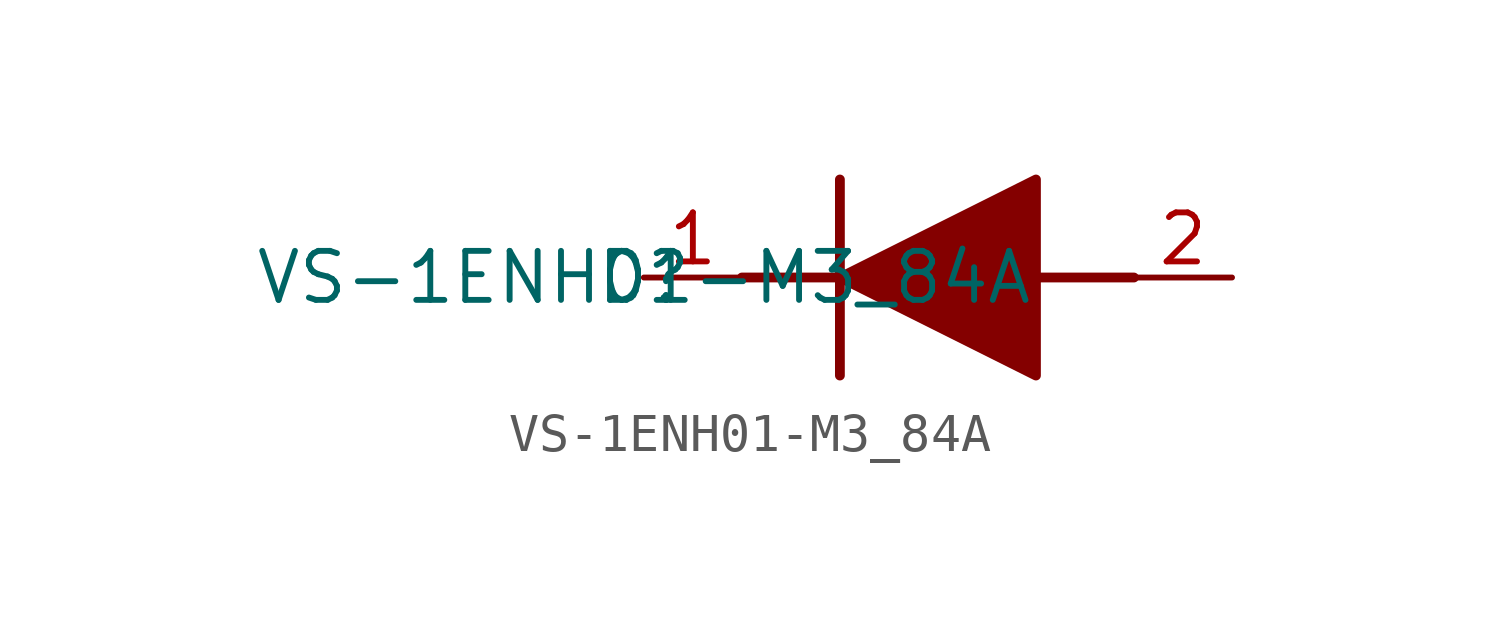
<source format=kicad_sym>
(kicad_symbol_lib
  (version 20211014)
  (generator kicad_symbol_editor)
  (symbol "VS-1ENH01-M3_84A"
    (pin_names hide)
    (property "Reference" "D"
      (at 0 0 0)
      (effects (font (size 1.27 1.27))))
    (property "Value" "VS-1ENH01-M3_84A"
      (at 0 0 0)
      (effects (font (size 1.27 1.27))))
    (symbol "VS-1ENH01-M3_84A_1_1"
      (polyline (pts (xy 2.54 0) (xy 5.08 0)) (stroke (width 0.254) (type default) (color 0 0 0 0)) (fill (type none)))
      (polyline (pts (xy 5.08 2.54) (xy 5.08 -2.54)) (stroke (width 0.254) (type default) (color 0 0 0 0)) (fill (type none)))
      (polyline (pts (xy 10.16 0) (xy 12.7 0)) (stroke (width 0.254) (type default) (color 0 0 0 0)) (fill (type none)))
      (polyline (pts (xy 5.08 0) (xy 10.16 2.54) (xy 10.16 -2.54) (xy 5.08 0)) (stroke (width 0.254) (type default) (color 0 0 0 0)) (fill (type outline)))
      (pin passive line (at 0 0 0) (length 2.54) (name "K" (effects (font (size 1.27 1.27)))) (number "1" (effects (font (size 1.27 1.27)))))
      (pin passive line (at 15.24 0 180) (length 2.54) (name "A" (effects (font (size 1.27 1.27)))) (number "2" (effects (font (size 1.27 1.27))))))))
</source>
